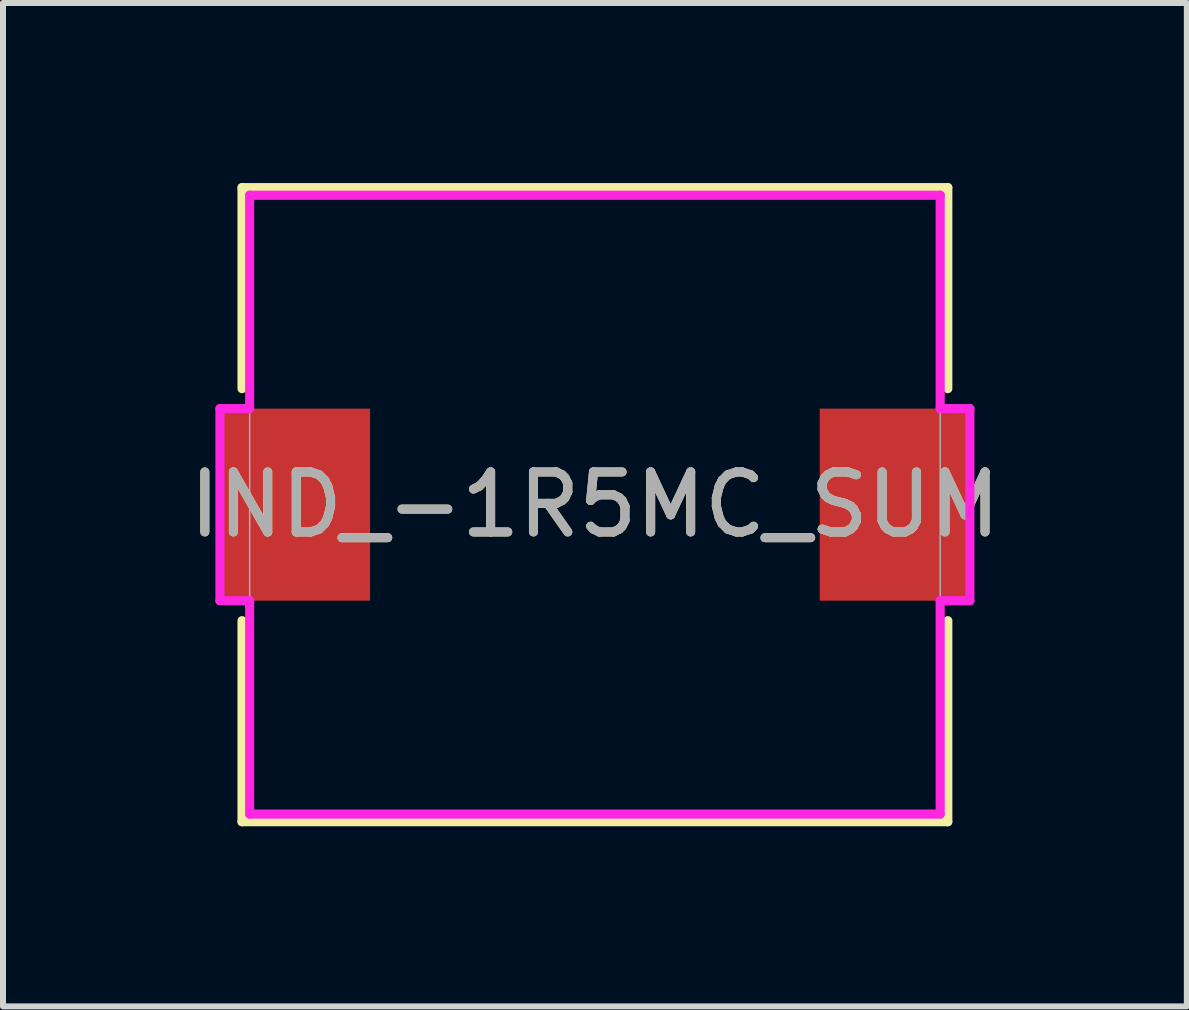
<source format=kicad_pcb>
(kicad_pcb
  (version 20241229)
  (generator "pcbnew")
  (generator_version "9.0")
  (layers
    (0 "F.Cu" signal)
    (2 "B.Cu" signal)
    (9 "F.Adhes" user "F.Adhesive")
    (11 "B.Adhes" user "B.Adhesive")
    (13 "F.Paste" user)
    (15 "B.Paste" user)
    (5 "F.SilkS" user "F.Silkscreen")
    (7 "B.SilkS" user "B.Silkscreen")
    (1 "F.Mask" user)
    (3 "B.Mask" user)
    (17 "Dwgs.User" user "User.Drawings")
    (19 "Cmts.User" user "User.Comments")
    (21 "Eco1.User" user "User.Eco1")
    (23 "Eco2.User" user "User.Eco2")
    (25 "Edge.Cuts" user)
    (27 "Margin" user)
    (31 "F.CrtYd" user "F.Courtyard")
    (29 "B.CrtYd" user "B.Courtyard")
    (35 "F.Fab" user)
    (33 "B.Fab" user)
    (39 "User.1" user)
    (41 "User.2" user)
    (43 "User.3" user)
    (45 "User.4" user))
  (footprint "IND_-1R5MC_SUM"
    (layer "F.Cu")
    (at 6.863 5.359)
    (property "Reference" "IND_-1R5MC_SUM" (at 0 0 0) (unlocked yes) (layer "F.SilkS") (effects (font (size 1 1) (thickness 0.15))))
    (attr smd)
    (fp_line (start -5.88 -5.283) (end -5.88 -1.933) (stroke (width 0.152) (type solid)) (layer "F.SilkS"))
    (fp_line (start -5.88 1.933) (end -5.88 5.283) (stroke (width 0.152) (type solid)) (layer "F.SilkS"))
    (fp_line (start -5.88 5.283) (end 5.88 5.283) (stroke (width 0.152) (type solid)) (layer "F.SilkS"))
    (fp_line (start 5.88 -5.283) (end -5.88 -5.283) (stroke (width 0.152) (type solid)) (layer "F.SilkS"))
    (fp_line (start 5.88 -1.933) (end 5.88 -5.283) (stroke (width 0.152) (type solid)) (layer "F.SilkS"))
    (fp_line (start 5.88 5.283) (end 5.88 1.933) (stroke (width 0.152) (type solid)) (layer "F.SilkS"))
    (fp_line (start -6.248 -1.6) (end -5.753 -1.6) (stroke (width 0.152) (type solid)) (layer "F.CrtYd"))
    (fp_line (start -6.248 1.6) (end -6.248 -1.6) (stroke (width 0.152) (type solid)) (layer "F.CrtYd"))
    (fp_line (start -5.753 -5.156) (end 5.753 -5.156) (stroke (width 0.152) (type solid)) (layer "F.CrtYd"))
    (fp_line (start -5.753 -1.6) (end -5.753 -5.156) (stroke (width 0.152) (type solid)) (layer "F.CrtYd"))
    (fp_line (start -5.753 1.6) (end -6.248 1.6) (stroke (width 0.152) (type solid)) (layer "F.CrtYd"))
    (fp_line (start -5.753 5.156) (end -5.753 1.6) (stroke (width 0.152) (type solid)) (layer "F.CrtYd"))
    (fp_line (start 5.753 -5.156) (end 5.753 -1.6) (stroke (width 0.152) (type solid)) (layer "F.CrtYd"))
    (fp_line (start 5.753 -1.6) (end 6.248 -1.6) (stroke (width 0.152) (type solid)) (layer "F.CrtYd"))
    (fp_line (start 5.753 1.6) (end 5.753 5.156) (stroke (width 0.152) (type solid)) (layer "F.CrtYd"))
    (fp_line (start 5.753 5.156) (end -5.753 5.156) (stroke (width 0.152) (type solid)) (layer "F.CrtYd"))
    (fp_line (start 6.248 -1.6) (end 6.248 1.6) (stroke (width 0.152) (type solid)) (layer "F.CrtYd"))
    (fp_line (start 6.248 1.6) (end 5.753 1.6) (stroke (width 0.152) (type solid)) (layer "F.CrtYd"))
    (fp_line (start -5.753 -5.156) (end -5.753 5.156) (stroke (width 0.025) (type solid)) (layer "F.Fab"))
    (fp_line (start -5.753 5.156) (end 5.753 5.156) (stroke (width 0.025) (type solid)) (layer "F.Fab"))
    (fp_line (start 5.753 -5.156) (end -5.753 -5.156) (stroke (width 0.025) (type solid)) (layer "F.Fab"))
    (fp_line (start 5.753 5.156) (end 5.753 -5.156) (stroke (width 0.025) (type solid)) (layer "F.Fab"))
    (fp_circle (center -5.677 0) (end -5.677 0) (stroke (width 0.025) (type solid)) (fill no) (layer "F.Fab"))
    (fp_text user "${REFERENCE}" (at 0 0 0) (unlocked yes) (layer "F.Fab") (effects (font (size 1 1) (thickness 0.15))))
    (pad "1" smd rect (at -4.997 0) (size 2.502 3.2) (layers "F.Cu" "F.Mask" "F.Paste"))
    (pad "2" smd rect (at 4.997 0) (size 2.502 3.2) (layers "F.Cu" "F.Mask" "F.Paste"))
    (zone (net_name "") (layer "F.Cu") (hatch full 0.508) (connect_pads) (min_thickness 0.254) (filled_areas_thickness no) (keepout (tracks not_allowed) (vias not_allowed) (pads allowed) (copperpour not_allowed) (footprints allowed)) (placement (enabled no)) (fill) (polygon (pts (xy 3.167 0.254) (xy 10.559 0.254) (xy 10.559 10.465) (xy 3.167 10.465)))))
  (gr_rect
    (start -3 -3)
    (end 16.726 13.719)
    (stroke (width 0.1) (type default))
    (fill no)
    (layer "Edge.Cuts")))
</source>
